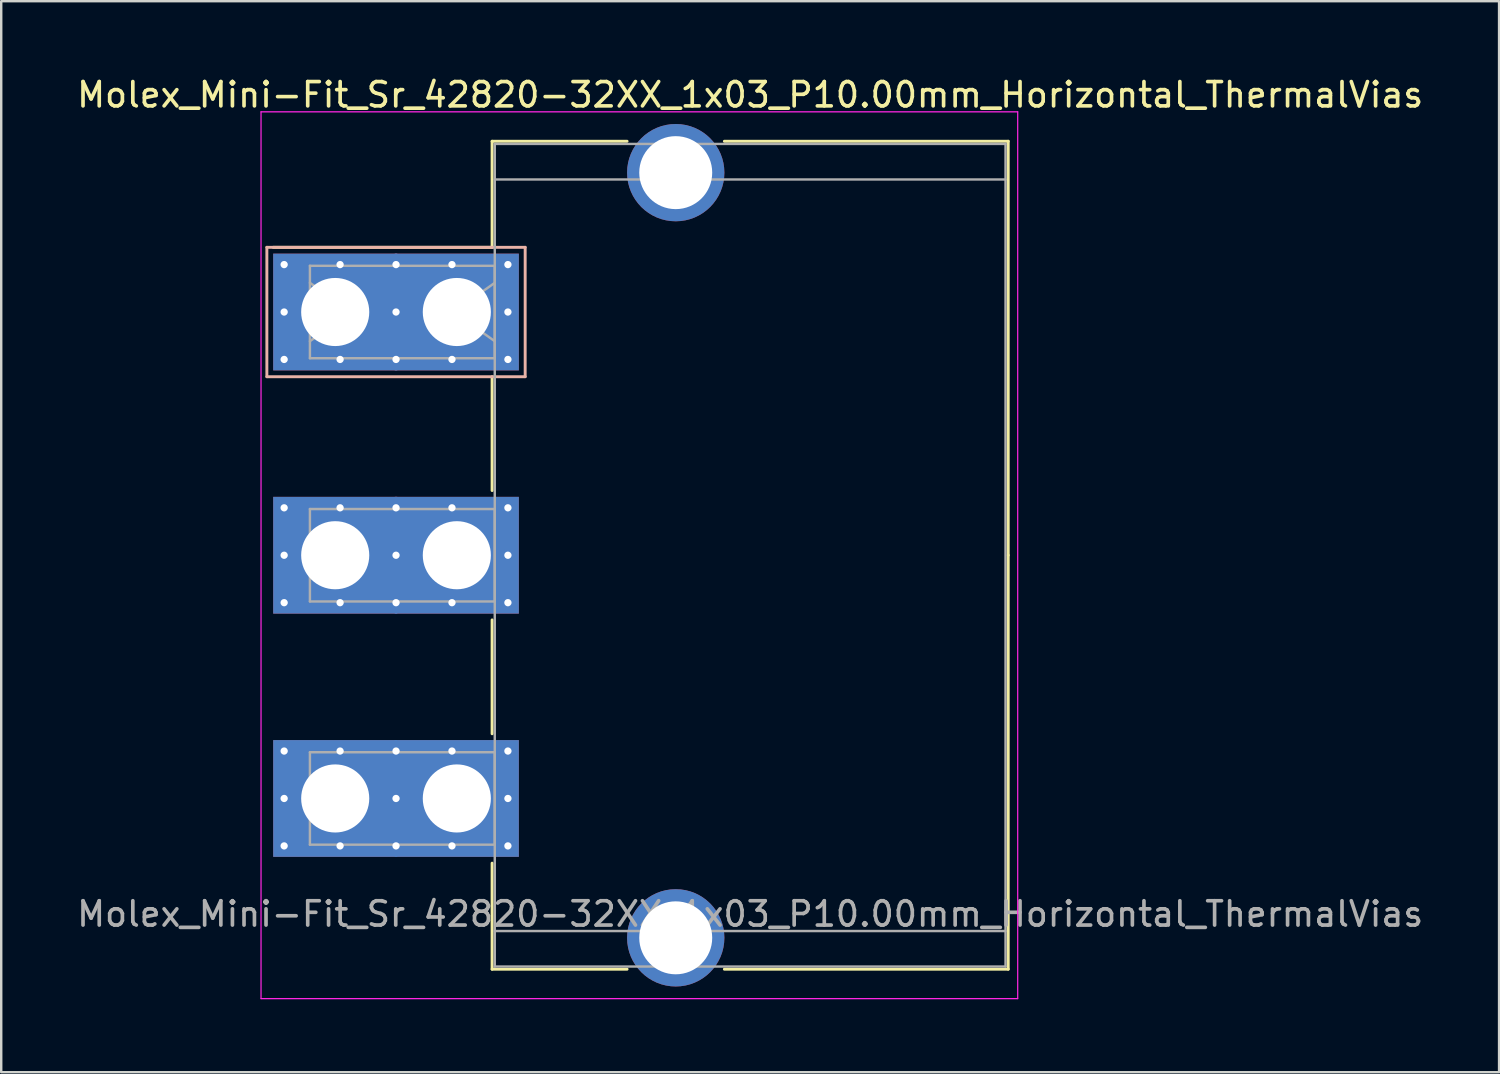
<source format=kicad_pcb>
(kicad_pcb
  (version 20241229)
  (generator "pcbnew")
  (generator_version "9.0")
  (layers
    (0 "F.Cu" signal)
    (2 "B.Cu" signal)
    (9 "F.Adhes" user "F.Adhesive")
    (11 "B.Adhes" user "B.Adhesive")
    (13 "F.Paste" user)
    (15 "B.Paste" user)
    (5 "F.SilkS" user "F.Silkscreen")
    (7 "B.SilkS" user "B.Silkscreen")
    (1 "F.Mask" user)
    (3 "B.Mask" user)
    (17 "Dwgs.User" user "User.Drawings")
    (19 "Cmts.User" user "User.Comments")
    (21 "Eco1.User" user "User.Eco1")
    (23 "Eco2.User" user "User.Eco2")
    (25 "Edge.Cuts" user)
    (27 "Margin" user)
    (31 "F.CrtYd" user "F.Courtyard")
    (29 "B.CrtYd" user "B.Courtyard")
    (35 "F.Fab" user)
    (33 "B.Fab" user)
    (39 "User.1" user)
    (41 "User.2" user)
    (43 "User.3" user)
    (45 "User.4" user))
  (footprint "Molex_Mini-Fit_Sr_42820-32XX_1x03_P10.00mm_Horizontal_ThermalVias"
    (layer "F.Cu")
    (at 10.732 9.778)
    (property "Reference" "Molex_Mini-Fit_Sr_42820-32XX_1x03_P10.00mm_Horizontal_ThermalVias" (at 17.06 -8.93 0) (layer "F.SilkS") (effects (font (size 1 1) (thickness 0.15))))
    (attr through_hole)
    (fp_line (start 6.45 -7.02) (end 12 -7.02) (stroke (width 0.12) (type solid)) (layer "F.SilkS"))
    (fp_line (start 6.45 -2.66) (end -2.55 -2.66) (stroke (width 0.12) (type solid)) (layer "F.SilkS"))
    (fp_line (start 6.45 -2.66) (end 6.45 -7.02) (stroke (width 0.12) (type solid)) (layer "F.SilkS"))
    (fp_line (start 6.45 2.66) (end 6.45 7.34) (stroke (width 0.12) (type solid)) (layer "F.SilkS"))
    (fp_line (start 6.45 12.66) (end 6.45 17.34) (stroke (width 0.12) (type solid)) (layer "F.SilkS"))
    (fp_line (start 6.45 22.66) (end 6.45 27.02) (stroke (width 0.12) (type solid)) (layer "F.SilkS"))
    (fp_line (start 6.45 27.02) (end 12 27.02) (stroke (width 0.12) (type solid)) (layer "F.SilkS"))
    (fp_line (start 16 -7.02) (end 27.67 -7.02) (stroke (width 0.12) (type solid)) (layer "F.SilkS"))
    (fp_line (start 16 27.02) (end 27.67 27.02) (stroke (width 0.12) (type solid)) (layer "F.SilkS"))
    (fp_line (start 27.67 -7.02) (end 27.67 10) (stroke (width 0.12) (type solid)) (layer "F.SilkS"))
    (fp_line (start 27.67 27.02) (end 27.67 10) (stroke (width 0.12) (type solid)) (layer "F.SilkS"))
    (fp_line (start -2.81 -2.66) (end -2.81 2.66) (stroke (width 0.12) (type solid)) (layer "B.SilkS"))
    (fp_line (start -2.81 2.66) (end 7.81 2.66) (stroke (width 0.12) (type solid)) (layer "B.SilkS"))
    (fp_line (start 7.81 -2.66) (end -2.81 -2.66) (stroke (width 0.12) (type solid)) (layer "B.SilkS"))
    (fp_line (start 7.81 2.66) (end 7.81 -2.66) (stroke (width 0.12) (type solid)) (layer "B.SilkS"))
    (fp_line (start -3.05 -8.23) (end -3.05 28.23) (stroke (width 0.05) (type solid)) (layer "F.CrtYd"))
    (fp_line (start -3.05 28.23) (end 28.06 28.23) (stroke (width 0.05) (type solid)) (layer "F.CrtYd"))
    (fp_line (start 28.06 -8.23) (end -3.05 -8.23) (stroke (width 0.05) (type solid)) (layer "F.CrtYd"))
    (fp_line (start 28.06 28.23) (end 28.06 -8.23) (stroke (width 0.05) (type solid)) (layer "F.CrtYd"))
    (fp_line (start -1.04 -1.9) (end 6.56 -1.9) (stroke (width 0.1) (type solid)) (layer "F.Fab"))
    (fp_line (start -1.04 -1.2) (end 0.657 0) (stroke (width 0.1) (type solid)) (layer "F.Fab"))
    (fp_line (start -1.04 1.9) (end -1.04 -1.9) (stroke (width 0.1) (type solid)) (layer "F.Fab"))
    (fp_line (start -1.04 8.1) (end 6.56 8.1) (stroke (width 0.1) (type solid)) (layer "F.Fab"))
    (fp_line (start -1.04 11.9) (end -1.04 8.1) (stroke (width 0.1) (type solid)) (layer "F.Fab"))
    (fp_line (start -1.04 18.1) (end 6.56 18.1) (stroke (width 0.1) (type solid)) (layer "F.Fab"))
    (fp_line (start -1.04 21.9) (end -1.04 18.1) (stroke (width 0.1) (type solid)) (layer "F.Fab"))
    (fp_line (start 0.657 0) (end -1.04 1.2) (stroke (width 0.1) (type solid)) (layer "F.Fab"))
    (fp_line (start 4.863 0) (end 6.56 1.2) (stroke (width 0.1) (type solid)) (layer "F.Fab"))
    (fp_line (start 6.56 -6.91) (end 6.56 26.91) (stroke (width 0.1) (type solid)) (layer "F.Fab"))
    (fp_line (start 6.56 -5.45) (end 27.56 -5.45) (stroke (width 0.1) (type solid)) (layer "F.Fab"))
    (fp_line (start 6.56 -1.9) (end 6.56 1.9) (stroke (width 0.1) (type solid)) (layer "F.Fab"))
    (fp_line (start 6.56 -1.2) (end 4.863 0) (stroke (width 0.1) (type solid)) (layer "F.Fab"))
    (fp_line (start 6.56 1.9) (end -1.04 1.9) (stroke (width 0.1) (type solid)) (layer "F.Fab"))
    (fp_line (start 6.56 8.1) (end 6.56 11.9) (stroke (width 0.1) (type solid)) (layer "F.Fab"))
    (fp_line (start 6.56 11.9) (end -1.04 11.9) (stroke (width 0.1) (type solid)) (layer "F.Fab"))
    (fp_line (start 6.56 18.1) (end 6.56 21.9) (stroke (width 0.1) (type solid)) (layer "F.Fab"))
    (fp_line (start 6.56 21.9) (end -1.04 21.9) (stroke (width 0.1) (type solid)) (layer "F.Fab"))
    (fp_line (start 6.56 25.45) (end 27.56 25.45) (stroke (width 0.1) (type solid)) (layer "F.Fab"))
    (fp_line (start 6.56 26.91) (end 27.56 26.91) (stroke (width 0.1) (type solid)) (layer "F.Fab"))
    (fp_line (start 27.56 -6.91) (end 6.56 -6.91) (stroke (width 0.1) (type solid)) (layer "F.Fab"))
    (fp_line (start 27.56 26.91) (end 27.56 -6.91) (stroke (width 0.1) (type solid)) (layer "F.Fab"))
    (fp_text user "${REFERENCE}" (at 17.06 24.75 0) (layer "F.Fab") (effects (font (size 1 1) (thickness 0.15))))
    (pad "0" thru_hole circle (at 14 -5.73) (size 4 4) (drill 3) (layers "*.Cu" "*.Mask"))
    (pad "0" thru_hole circle (at 14 25.73) (size 4 4) (drill 3) (layers "*.Cu" "*.Mask"))
    (pad "1" thru_hole roundrect (at -2.1 -1.95) (size 0.6 0.6) (drill 0.3) (layers "*.Cu" "*.Mask") (roundrect_rratio 0.25))
    (pad "1" thru_hole roundrect (at -2.1 0) (size 0.6 0.6) (drill 0.3) (layers "*.Cu" "*.Mask") (roundrect_rratio 0.25))
    (pad "1" thru_hole roundrect (at -2.1 1.95) (size 0.6 0.6) (drill 0.3) (layers "*.Cu" "*.Mask") (roundrect_rratio 0.25))
    (pad "1" thru_hole rect (at 0 0) (size 5.1 4.8) (drill 2.8) (layers "*.Cu" "*.Mask"))
    (pad "1" thru_hole roundrect (at 0.2 -1.95) (size 0.6 0.6) (drill 0.3) (layers "*.Cu" "*.Mask") (roundrect_rratio 0.25))
    (pad "1" thru_hole roundrect (at 0.2 1.95) (size 0.6 0.6) (drill 0.3) (layers "*.Cu" "*.Mask") (roundrect_rratio 0.25))
    (pad "1" thru_hole roundrect (at 2.5 -1.95) (size 0.6 0.6) (drill 0.3) (layers "*.Cu" "*.Mask") (roundrect_rratio 0.25))
    (pad "1" thru_hole roundrect (at 2.5 0) (size 0.6 0.6) (drill 0.3) (layers "*.Cu" "*.Mask") (roundrect_rratio 0.25))
    (pad "1" thru_hole roundrect (at 2.5 1.95) (size 0.6 0.6) (drill 0.3) (layers "*.Cu" "*.Mask") (roundrect_rratio 0.25))
    (pad "1" thru_hole roundrect (at 4.8 -1.95) (size 0.6 0.6) (drill 0.3) (layers "*.Cu" "*.Mask") (roundrect_rratio 0.25))
    (pad "1" thru_hole roundrect (at 4.8 1.95) (size 0.6 0.6) (drill 0.3) (layers "*.Cu" "*.Mask") (roundrect_rratio 0.25))
    (pad "1" thru_hole rect (at 5 0) (size 5.1 4.8) (drill 2.8) (layers "*.Cu" "*.Mask"))
    (pad "1" thru_hole roundrect (at 7.1 -1.95) (size 0.6 0.6) (drill 0.3) (layers "*.Cu" "*.Mask") (roundrect_rratio 0.25))
    (pad "1" thru_hole roundrect (at 7.1 0) (size 0.6 0.6) (drill 0.3) (layers "*.Cu" "*.Mask") (roundrect_rratio 0.25))
    (pad "1" thru_hole roundrect (at 7.1 1.95) (size 0.6 0.6) (drill 0.3) (layers "*.Cu" "*.Mask") (roundrect_rratio 0.25))
    (pad "2" thru_hole circle (at -2.1 8.05) (size 0.6 0.6) (drill 0.3) (layers "*.Cu" "*.Mask"))
    (pad "2" thru_hole circle (at -2.1 10) (size 0.6 0.6) (drill 0.3) (layers "*.Cu" "*.Mask"))
    (pad "2" thru_hole circle (at -2.1 11.95) (size 0.6 0.6) (drill 0.3) (layers "*.Cu" "*.Mask"))
    (pad "2" thru_hole rect (at 0 10) (size 5.1 4.8) (drill 2.8) (layers "*.Cu" "*.Mask"))
    (pad "2" thru_hole circle (at 0.2 8.05) (size 0.6 0.6) (drill 0.3) (layers "*.Cu" "*.Mask"))
    (pad "2" thru_hole circle (at 0.2 11.95) (size 0.6 0.6) (drill 0.3) (layers "*.Cu" "*.Mask"))
    (pad "2" thru_hole circle (at 2.5 8.05) (size 0.6 0.6) (drill 0.3) (layers "*.Cu" "*.Mask"))
    (pad "2" thru_hole circle (at 2.5 10) (size 0.6 0.6) (drill 0.3) (layers "*.Cu" "*.Mask"))
    (pad "2" thru_hole circle (at 2.5 11.95) (size 0.6 0.6) (drill 0.3) (layers "*.Cu" "*.Mask"))
    (pad "2" thru_hole circle (at 4.8 8.05) (size 0.6 0.6) (drill 0.3) (layers "*.Cu" "*.Mask"))
    (pad "2" thru_hole circle (at 4.8 11.95) (size 0.6 0.6) (drill 0.3) (layers "*.Cu" "*.Mask"))
    (pad "2" thru_hole rect (at 5 10) (size 5.1 4.8) (drill 2.8) (layers "*.Cu" "*.Mask"))
    (pad "2" thru_hole circle (at 7.1 8.05) (size 0.6 0.6) (drill 0.3) (layers "*.Cu" "*.Mask"))
    (pad "2" thru_hole circle (at 7.1 10) (size 0.6 0.6) (drill 0.3) (layers "*.Cu" "*.Mask"))
    (pad "2" thru_hole circle (at 7.1 11.95) (size 0.6 0.6) (drill 0.3) (layers "*.Cu" "*.Mask"))
    (pad "3" thru_hole circle (at -2.1 18.05) (size 0.6 0.6) (drill 0.3) (layers "*.Cu" "*.Mask"))
    (pad "3" thru_hole circle (at -2.1 20) (size 0.6 0.6) (drill 0.3) (layers "*.Cu" "*.Mask"))
    (pad "3" thru_hole circle (at -2.1 21.95) (size 0.6 0.6) (drill 0.3) (layers "*.Cu" "*.Mask"))
    (pad "3" thru_hole rect (at 0 20) (size 5.1 4.8) (drill 2.8) (layers "*.Cu" "*.Mask"))
    (pad "3" thru_hole circle (at 0.2 18.05) (size 0.6 0.6) (drill 0.3) (layers "*.Cu" "*.Mask"))
    (pad "3" thru_hole circle (at 0.2 21.95) (size 0.6 0.6) (drill 0.3) (layers "*.Cu" "*.Mask"))
    (pad "3" thru_hole circle (at 2.5 18.05) (size 0.6 0.6) (drill 0.3) (layers "*.Cu" "*.Mask"))
    (pad "3" thru_hole circle (at 2.5 20) (size 0.6 0.6) (drill 0.3) (layers "*.Cu" "*.Mask"))
    (pad "3" thru_hole circle (at 2.5 21.95) (size 0.6 0.6) (drill 0.3) (layers "*.Cu" "*.Mask"))
    (pad "3" thru_hole circle (at 4.8 18.05) (size 0.6 0.6) (drill 0.3) (layers "*.Cu" "*.Mask"))
    (pad "3" thru_hole circle (at 4.8 21.95) (size 0.6 0.6) (drill 0.3) (layers "*.Cu" "*.Mask"))
    (pad "3" thru_hole rect (at 5 20) (size 5.1 4.8) (drill 2.8) (layers "*.Cu" "*.Mask"))
    (pad "3" thru_hole circle (at 7.1 18.05) (size 0.6 0.6) (drill 0.3) (layers "*.Cu" "*.Mask"))
    (pad "3" thru_hole circle (at 7.1 20) (size 0.6 0.6) (drill 0.3) (layers "*.Cu" "*.Mask"))
    (pad "3" thru_hole circle (at 7.1 21.95) (size 0.6 0.6) (drill 0.3) (layers "*.Cu" "*.Mask")))
  (gr_rect
    (start -3 -3)
    (end 58.583 41.033)
    (stroke (width 0.1) (type default))
    (fill no)
    (layer "Edge.Cuts")))
</source>
